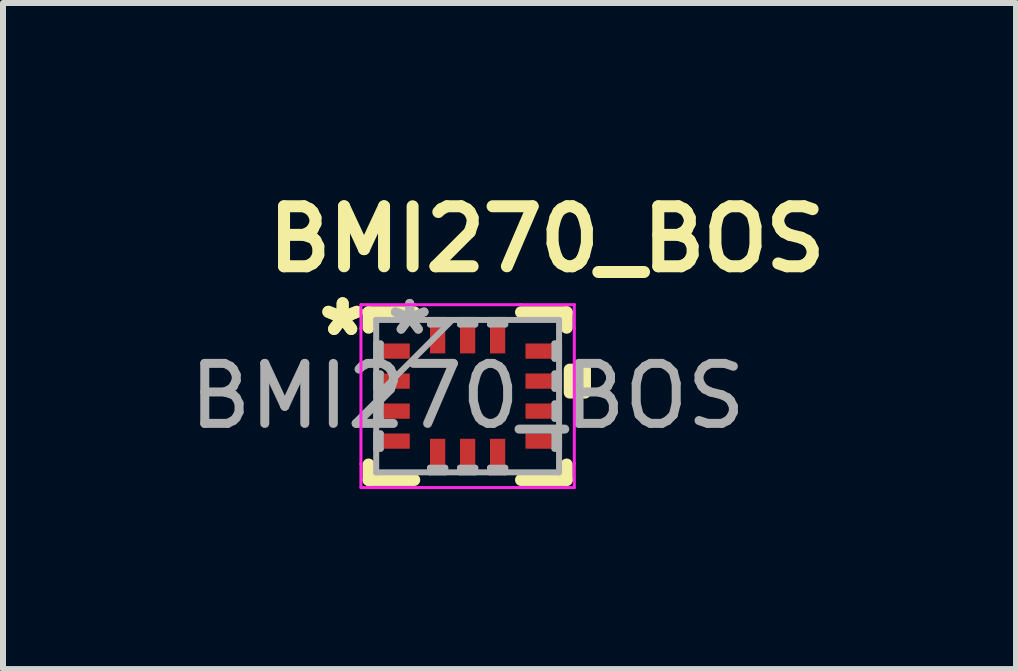
<source format=kicad_pcb>
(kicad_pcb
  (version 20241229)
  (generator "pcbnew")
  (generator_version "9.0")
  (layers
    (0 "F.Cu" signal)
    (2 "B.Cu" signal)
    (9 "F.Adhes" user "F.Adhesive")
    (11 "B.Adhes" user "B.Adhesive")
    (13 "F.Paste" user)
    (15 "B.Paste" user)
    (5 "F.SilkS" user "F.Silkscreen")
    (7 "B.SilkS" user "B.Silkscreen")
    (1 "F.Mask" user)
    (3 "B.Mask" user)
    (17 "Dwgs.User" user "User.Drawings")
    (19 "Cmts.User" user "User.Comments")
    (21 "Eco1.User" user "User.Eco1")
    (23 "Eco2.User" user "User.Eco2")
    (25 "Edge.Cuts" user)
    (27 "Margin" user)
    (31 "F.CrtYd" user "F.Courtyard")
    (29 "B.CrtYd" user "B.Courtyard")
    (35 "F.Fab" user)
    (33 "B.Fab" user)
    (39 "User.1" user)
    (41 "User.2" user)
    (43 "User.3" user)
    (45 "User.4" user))
  (footprint "BMI270_BOS"
    (layer "F.Cu")
    (at 4.744 3.552)
    (property "Reference" "BMI270_BOS" (at 1.321 -2.616 180) (layer "F.SilkS") (effects (font (size 1 1) (thickness 0.2))))
    (attr smd)
    (fp_line (start -1.651 -1.397) (end -1.651 -1.14) (stroke (width 0.2) (type solid)) (layer "F.SilkS"))
    (fp_line (start -1.651 1.14) (end -1.651 1.397) (stroke (width 0.2) (type solid)) (layer "F.SilkS"))
    (fp_line (start -1.651 1.397) (end -0.89 1.397) (stroke (width 0.2) (type solid)) (layer "F.SilkS"))
    (fp_line (start -0.89 -1.397) (end -1.651 -1.397) (stroke (width 0.2) (type solid)) (layer "F.SilkS"))
    (fp_line (start 0.89 1.397) (end 1.651 1.397) (stroke (width 0.2) (type solid)) (layer "F.SilkS"))
    (fp_line (start 1.651 -1.397) (end 0.89 -1.397) (stroke (width 0.2) (type solid)) (layer "F.SilkS"))
    (fp_line (start 1.651 -1.14) (end 1.651 -1.397) (stroke (width 0.2) (type solid)) (layer "F.SilkS"))
    (fp_line (start 1.651 1.397) (end 1.651 1.14) (stroke (width 0.2) (type solid)) (layer "F.SilkS"))
    (fp_poly (pts (xy 1.956 -0.441) (xy 1.956 -0.059) (xy 1.702 -0.059) (xy 1.702 -0.441)) (stroke (width 0.2) (type solid)) (fill yes) (layer "F.SilkS"))
    (fp_line (start -1.778 -1.524) (end -0.881 -1.524) (stroke (width 0.05) (type solid)) (layer "F.CrtYd"))
    (fp_line (start -1.778 -1.131) (end -1.778 -1.524) (stroke (width 0.05) (type solid)) (layer "F.CrtYd"))
    (fp_line (start -1.778 -1.131) (end -1.778 -1.131) (stroke (width 0.05) (type solid)) (layer "F.CrtYd"))
    (fp_line (start -1.778 1.131) (end -1.778 -1.131) (stroke (width 0.05) (type solid)) (layer "F.CrtYd"))
    (fp_line (start -1.778 1.131) (end -1.778 1.131) (stroke (width 0.05) (type solid)) (layer "F.CrtYd"))
    (fp_line (start -1.778 1.524) (end -1.778 1.131) (stroke (width 0.05) (type solid)) (layer "F.CrtYd"))
    (fp_line (start -0.881 -1.524) (end -0.881 -1.524) (stroke (width 0.05) (type solid)) (layer "F.CrtYd"))
    (fp_line (start -0.881 -1.524) (end 0.881 -1.524) (stroke (width 0.05) (type solid)) (layer "F.CrtYd"))
    (fp_line (start -0.881 1.524) (end -1.778 1.524) (stroke (width 0.05) (type solid)) (layer "F.CrtYd"))
    (fp_line (start -0.881 1.524) (end -0.881 1.524) (stroke (width 0.05) (type solid)) (layer "F.CrtYd"))
    (fp_line (start 0.881 -1.524) (end 0.881 -1.524) (stroke (width 0.05) (type solid)) (layer "F.CrtYd"))
    (fp_line (start 0.881 -1.524) (end 1.778 -1.524) (stroke (width 0.05) (type solid)) (layer "F.CrtYd"))
    (fp_line (start 0.881 1.524) (end -0.881 1.524) (stroke (width 0.05) (type solid)) (layer "F.CrtYd"))
    (fp_line (start 0.881 1.524) (end 0.881 1.524) (stroke (width 0.05) (type solid)) (layer "F.CrtYd"))
    (fp_line (start 1.778 -1.524) (end 1.778 -1.131) (stroke (width 0.05) (type solid)) (layer "F.CrtYd"))
    (fp_line (start 1.778 -1.131) (end 1.778 -1.131) (stroke (width 0.05) (type solid)) (layer "F.CrtYd"))
    (fp_line (start 1.778 -1.131) (end 1.778 1.131) (stroke (width 0.05) (type solid)) (layer "F.CrtYd"))
    (fp_line (start 1.778 1.131) (end 1.778 1.131) (stroke (width 0.05) (type solid)) (layer "F.CrtYd"))
    (fp_line (start 1.778 1.131) (end 1.778 1.524) (stroke (width 0.05) (type solid)) (layer "F.CrtYd"))
    (fp_line (start 1.778 1.524) (end 0.881 1.524) (stroke (width 0.05) (type solid)) (layer "F.CrtYd"))
    (fp_line (start -1.524 -1.27) (end -1.524 -1.27) (stroke (width 0.1) (type solid)) (layer "F.Fab"))
    (fp_line (start -1.524 -1.27) (end -1.524 1.27) (stroke (width 0.1) (type solid)) (layer "F.Fab"))
    (fp_line (start -1.524 -0.877) (end -1.448 -0.877) (stroke (width 0.1) (type solid)) (layer "F.Fab"))
    (fp_line (start -1.524 -0.623) (end -1.524 -0.877) (stroke (width 0.1) (type solid)) (layer "F.Fab"))
    (fp_line (start -1.524 -0.377) (end -1.448 -0.377) (stroke (width 0.1) (type solid)) (layer "F.Fab"))
    (fp_line (start -1.524 -0.123) (end -1.524 -0.377) (stroke (width 0.1) (type solid)) (layer "F.Fab"))
    (fp_line (start -1.524 0) (end -0.254 -1.27) (stroke (width 0.1) (type solid)) (layer "F.Fab"))
    (fp_line (start -1.524 0.123) (end -1.448 0.123) (stroke (width 0.1) (type solid)) (layer "F.Fab"))
    (fp_line (start -1.524 0.377) (end -1.524 0.123) (stroke (width 0.1) (type solid)) (layer "F.Fab"))
    (fp_line (start -1.524 0.623) (end -1.448 0.623) (stroke (width 0.1) (type solid)) (layer "F.Fab"))
    (fp_line (start -1.524 0.877) (end -1.524 0.623) (stroke (width 0.1) (type solid)) (layer "F.Fab"))
    (fp_line (start -1.524 1.27) (end -1.524 1.27) (stroke (width 0.1) (type solid)) (layer "F.Fab"))
    (fp_line (start -1.524 1.27) (end 1.524 1.27) (stroke (width 0.1) (type solid)) (layer "F.Fab"))
    (fp_line (start -1.448 -0.877) (end -1.448 -0.623) (stroke (width 0.1) (type solid)) (layer "F.Fab"))
    (fp_line (start -1.448 -0.623) (end -1.524 -0.623) (stroke (width 0.1) (type solid)) (layer "F.Fab"))
    (fp_line (start -1.448 -0.377) (end -1.448 -0.123) (stroke (width 0.1) (type solid)) (layer "F.Fab"))
    (fp_line (start -1.448 -0.123) (end -1.524 -0.123) (stroke (width 0.1) (type solid)) (layer "F.Fab"))
    (fp_line (start -1.448 0.123) (end -1.448 0.377) (stroke (width 0.1) (type solid)) (layer "F.Fab"))
    (fp_line (start -1.448 0.377) (end -1.524 0.377) (stroke (width 0.1) (type solid)) (layer "F.Fab"))
    (fp_line (start -1.448 0.623) (end -1.448 0.877) (stroke (width 0.1) (type solid)) (layer "F.Fab"))
    (fp_line (start -1.448 0.877) (end -1.524 0.877) (stroke (width 0.1) (type solid)) (layer "F.Fab"))
    (fp_line (start -0.627 -1.27) (end -0.373 -1.27) (stroke (width 0.1) (type solid)) (layer "F.Fab"))
    (fp_line (start -0.627 -1.194) (end -0.627 -1.27) (stroke (width 0.1) (type solid)) (layer "F.Fab"))
    (fp_line (start -0.627 1.194) (end -0.373 1.194) (stroke (width 0.1) (type solid)) (layer "F.Fab"))
    (fp_line (start -0.627 1.27) (end -0.627 1.194) (stroke (width 0.1) (type solid)) (layer "F.Fab"))
    (fp_line (start -0.373 -1.27) (end -0.373 -1.194) (stroke (width 0.1) (type solid)) (layer "F.Fab"))
    (fp_line (start -0.373 -1.194) (end -0.627 -1.194) (stroke (width 0.1) (type solid)) (layer "F.Fab"))
    (fp_line (start -0.373 1.194) (end -0.373 1.27) (stroke (width 0.1) (type solid)) (layer "F.Fab"))
    (fp_line (start -0.373 1.27) (end -0.627 1.27) (stroke (width 0.1) (type solid)) (layer "F.Fab"))
    (fp_line (start -0.127 -1.27) (end 0.127 -1.27) (stroke (width 0.1) (type solid)) (layer "F.Fab"))
    (fp_line (start -0.127 -1.194) (end -0.127 -1.27) (stroke (width 0.1) (type solid)) (layer "F.Fab"))
    (fp_line (start -0.127 1.194) (end 0.127 1.194) (stroke (width 0.1) (type solid)) (layer "F.Fab"))
    (fp_line (start -0.127 1.27) (end -0.127 1.194) (stroke (width 0.1) (type solid)) (layer "F.Fab"))
    (fp_line (start 0.127 -1.27) (end 0.127 -1.194) (stroke (width 0.1) (type solid)) (layer "F.Fab"))
    (fp_line (start 0.127 -1.194) (end -0.127 -1.194) (stroke (width 0.1) (type solid)) (layer "F.Fab"))
    (fp_line (start 0.127 1.194) (end 0.127 1.27) (stroke (width 0.1) (type solid)) (layer "F.Fab"))
    (fp_line (start 0.127 1.27) (end -0.127 1.27) (stroke (width 0.1) (type solid)) (layer "F.Fab"))
    (fp_line (start 0.373 -1.27) (end 0.627 -1.27) (stroke (width 0.1) (type solid)) (layer "F.Fab"))
    (fp_line (start 0.373 -1.194) (end 0.373 -1.27) (stroke (width 0.1) (type solid)) (layer "F.Fab"))
    (fp_line (start 0.373 1.194) (end 0.627 1.194) (stroke (width 0.1) (type solid)) (layer "F.Fab"))
    (fp_line (start 0.373 1.27) (end 0.373 1.194) (stroke (width 0.1) (type solid)) (layer "F.Fab"))
    (fp_line (start 0.627 -1.27) (end 0.627 -1.194) (stroke (width 0.1) (type solid)) (layer "F.Fab"))
    (fp_line (start 0.627 -1.194) (end 0.373 -1.194) (stroke (width 0.1) (type solid)) (layer "F.Fab"))
    (fp_line (start 0.627 1.194) (end 0.627 1.27) (stroke (width 0.1) (type solid)) (layer "F.Fab"))
    (fp_line (start 0.627 1.27) (end 0.373 1.27) (stroke (width 0.1) (type solid)) (layer "F.Fab"))
    (fp_line (start 1.448 -0.877) (end 1.524 -0.877) (stroke (width 0.1) (type solid)) (layer "F.Fab"))
    (fp_line (start 1.448 -0.623) (end 1.448 -0.877) (stroke (width 0.1) (type solid)) (layer "F.Fab"))
    (fp_line (start 1.448 -0.377) (end 1.524 -0.377) (stroke (width 0.1) (type solid)) (layer "F.Fab"))
    (fp_line (start 1.448 -0.123) (end 1.448 -0.377) (stroke (width 0.1) (type solid)) (layer "F.Fab"))
    (fp_line (start 1.448 0.123) (end 1.524 0.123) (stroke (width 0.1) (type solid)) (layer "F.Fab"))
    (fp_line (start 1.448 0.377) (end 1.448 0.123) (stroke (width 0.1) (type solid)) (layer "F.Fab"))
    (fp_line (start 1.448 0.623) (end 1.524 0.623) (stroke (width 0.1) (type solid)) (layer "F.Fab"))
    (fp_line (start 1.448 0.877) (end 1.448 0.623) (stroke (width 0.1) (type solid)) (layer "F.Fab"))
    (fp_line (start 1.524 -1.27) (end -1.524 -1.27) (stroke (width 0.1) (type solid)) (layer "F.Fab"))
    (fp_line (start 1.524 -1.27) (end 1.524 -1.27) (stroke (width 0.1) (type solid)) (layer "F.Fab"))
    (fp_line (start 1.524 -0.877) (end 1.524 -0.623) (stroke (width 0.1) (type solid)) (layer "F.Fab"))
    (fp_line (start 1.524 -0.623) (end 1.448 -0.623) (stroke (width 0.1) (type solid)) (layer "F.Fab"))
    (fp_line (start 1.524 -0.377) (end 1.524 -0.123) (stroke (width 0.1) (type solid)) (layer "F.Fab"))
    (fp_line (start 1.524 -0.123) (end 1.448 -0.123) (stroke (width 0.1) (type solid)) (layer "F.Fab"))
    (fp_line (start 1.524 0.123) (end 1.524 0.377) (stroke (width 0.1) (type solid)) (layer "F.Fab"))
    (fp_line (start 1.524 0.377) (end 1.448 0.377) (stroke (width 0.1) (type solid)) (layer "F.Fab"))
    (fp_line (start 1.524 0.623) (end 1.524 0.877) (stroke (width 0.1) (type solid)) (layer "F.Fab"))
    (fp_line (start 1.524 0.877) (end 1.448 0.877) (stroke (width 0.1) (type solid)) (layer "F.Fab"))
    (fp_line (start 1.524 1.27) (end 1.524 -1.27) (stroke (width 0.1) (type solid)) (layer "F.Fab"))
    (fp_line (start 1.524 1.27) (end 1.524 1.27) (stroke (width 0.1) (type solid)) (layer "F.Fab"))
    (fp_text user "*" (at -2.083 -1 180) (layer "F.SilkS") (effects (font (size 1 1) (thickness 0.2))))
    (fp_text user "*" (at -2.083 -1 180) (layer "F.SilkS") (effects (font (size 1 1) (thickness 0.2))))
    (fp_text user "*" (at -0.965 -1 0) (unlocked yes) (layer "F.Fab") (effects (font (size 1 1) (thickness 0.15))))
    (fp_text user "*" (at -0.965 -1 0) (unlocked yes) (layer "F.Fab") (effects (font (size 1 1) (thickness 0.15))))
    (fp_text user "${REFERENCE}" (at 0 0 0) (unlocked yes) (layer "F.Fab") (effects (font (size 1 1) (thickness 0.15))))
    (pad "1" smd rect (at -1.206 -0.75 90) (size 0.254 0.483) (layers "F.Cu" "F.Mask" "F.Paste"))
    (pad "2" smd rect (at -1.206 -0.25 90) (size 0.254 0.483) (layers "F.Cu" "F.Mask" "F.Paste"))
    (pad "3" smd rect (at -1.206 0.25 90) (size 0.254 0.483) (layers "F.Cu" "F.Mask" "F.Paste"))
    (pad "4" smd rect (at -1.206 0.75 90) (size 0.254 0.483) (layers "F.Cu" "F.Mask" "F.Paste"))
    (pad "5" smd rect (at -0.5 0.953) (size 0.254 0.483) (layers "F.Cu" "F.Mask" "F.Paste"))
    (pad "6" smd rect (at 0 0.953) (size 0.254 0.483) (layers "F.Cu" "F.Mask" "F.Paste"))
    (pad "7" smd rect (at 0.5 0.953) (size 0.254 0.483) (layers "F.Cu" "F.Mask" "F.Paste"))
    (pad "8" smd rect (at 1.206 0.75 90) (size 0.254 0.483) (layers "F.Cu" "F.Mask" "F.Paste"))
    (pad "9" smd rect (at 1.206 0.25 90) (size 0.254 0.483) (layers "F.Cu" "F.Mask" "F.Paste"))
    (pad "10" smd rect (at 1.206 -0.25 90) (size 0.254 0.483) (layers "F.Cu" "F.Mask" "F.Paste"))
    (pad "11" smd rect (at 1.206 -0.75 90) (size 0.254 0.483) (layers "F.Cu" "F.Mask" "F.Paste"))
    (pad "12" smd rect (at 0.5 -0.953) (size 0.254 0.483) (layers "F.Cu" "F.Mask" "F.Paste"))
    (pad "13" smd rect (at 0 -0.953) (size 0.254 0.483) (layers "F.Cu" "F.Mask" "F.Paste"))
    (pad "14" smd rect (at -0.5 -0.953) (size 0.254 0.483) (layers "F.Cu" "F.Mask" "F.Paste")))
  (gr_rect
    (start -3 -3)
    (end 13.884 8.101)
    (stroke (width 0.1) (type default))
    (fill no)
    (layer "Edge.Cuts")))
</source>
